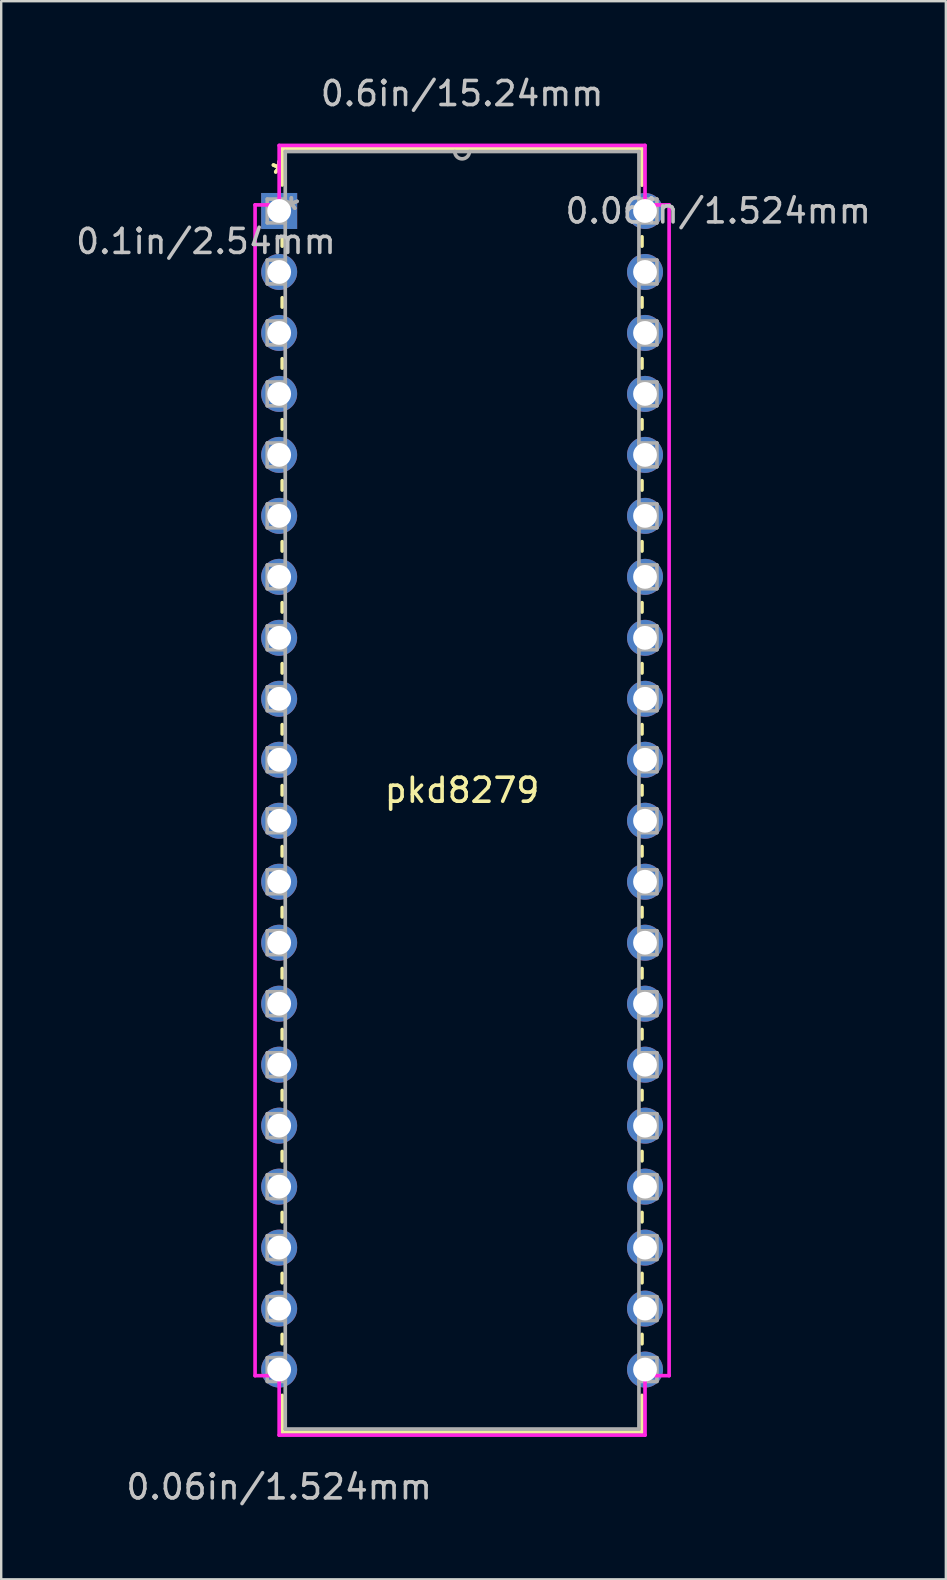
<source format=kicad_pcb>
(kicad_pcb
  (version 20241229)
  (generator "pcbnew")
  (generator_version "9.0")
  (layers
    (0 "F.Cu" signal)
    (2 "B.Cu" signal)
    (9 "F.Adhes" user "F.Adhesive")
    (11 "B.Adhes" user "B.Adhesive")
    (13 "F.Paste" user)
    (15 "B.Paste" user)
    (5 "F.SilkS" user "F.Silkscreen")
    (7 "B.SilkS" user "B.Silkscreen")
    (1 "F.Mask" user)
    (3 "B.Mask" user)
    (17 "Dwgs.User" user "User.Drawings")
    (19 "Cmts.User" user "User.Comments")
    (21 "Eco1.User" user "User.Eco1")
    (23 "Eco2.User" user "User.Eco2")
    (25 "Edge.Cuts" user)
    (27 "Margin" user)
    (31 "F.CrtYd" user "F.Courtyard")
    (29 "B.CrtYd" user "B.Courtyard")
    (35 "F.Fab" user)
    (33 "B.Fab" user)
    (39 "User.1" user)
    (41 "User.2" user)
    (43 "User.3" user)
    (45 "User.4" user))
  (footprint "pkd8279"
    (layer "F.Cu")
    (at 23.818 53.998)
    (property "Reference" "pkd8279" (at -7.62 -24.13 0) (layer "F.SilkS") (effects (font (size 1 1) (thickness 0.15))))
    (attr through_hole)
    (fp_line (start -15.113 -50.864) (end -15.113 -49.342) (stroke (width 0.152) (type solid)) (layer "F.SilkS"))
    (fp_line (start -15.113 -47.178) (end -15.113 -46.795) (stroke (width 0.152) (type solid)) (layer "F.SilkS"))
    (fp_line (start -15.113 -44.645) (end -15.113 -44.255) (stroke (width 0.152) (type solid)) (layer "F.SilkS"))
    (fp_line (start -15.113 -42.105) (end -15.113 -41.715) (stroke (width 0.152) (type solid)) (layer "F.SilkS"))
    (fp_line (start -15.113 -39.565) (end -15.113 -39.175) (stroke (width 0.152) (type solid)) (layer "F.SilkS"))
    (fp_line (start -15.113 -37.025) (end -15.113 -36.635) (stroke (width 0.152) (type solid)) (layer "F.SilkS"))
    (fp_line (start -15.113 -34.485) (end -15.113 -34.095) (stroke (width 0.152) (type solid)) (layer "F.SilkS"))
    (fp_line (start -15.113 -31.945) (end -15.113 -31.555) (stroke (width 0.152) (type solid)) (layer "F.SilkS"))
    (fp_line (start -15.113 -29.405) (end -15.113 -29.015) (stroke (width 0.152) (type solid)) (layer "F.SilkS"))
    (fp_line (start -15.113 -26.865) (end -15.113 -26.475) (stroke (width 0.152) (type solid)) (layer "F.SilkS"))
    (fp_line (start -15.113 -24.325) (end -15.113 -23.935) (stroke (width 0.152) (type solid)) (layer "F.SilkS"))
    (fp_line (start -15.113 -21.785) (end -15.113 -21.395) (stroke (width 0.152) (type solid)) (layer "F.SilkS"))
    (fp_line (start -15.113 -19.245) (end -15.113 -18.855) (stroke (width 0.152) (type solid)) (layer "F.SilkS"))
    (fp_line (start -15.113 -16.705) (end -15.113 -16.315) (stroke (width 0.152) (type solid)) (layer "F.SilkS"))
    (fp_line (start -15.113 -14.165) (end -15.113 -13.775) (stroke (width 0.152) (type solid)) (layer "F.SilkS"))
    (fp_line (start -15.113 -11.625) (end -15.113 -11.235) (stroke (width 0.152) (type solid)) (layer "F.SilkS"))
    (fp_line (start -15.113 -9.085) (end -15.113 -8.695) (stroke (width 0.152) (type solid)) (layer "F.SilkS"))
    (fp_line (start -15.113 -6.545) (end -15.113 -6.155) (stroke (width 0.152) (type solid)) (layer "F.SilkS"))
    (fp_line (start -15.113 -4.005) (end -15.113 -3.615) (stroke (width 0.152) (type solid)) (layer "F.SilkS"))
    (fp_line (start -15.113 -1.465) (end -15.113 -1.075) (stroke (width 0.152) (type solid)) (layer "F.SilkS"))
    (fp_line (start -15.113 1.075) (end -15.113 2.603) (stroke (width 0.152) (type solid)) (layer "F.SilkS"))
    (fp_line (start -15.113 2.603) (end -0.127 2.603) (stroke (width 0.152) (type solid)) (layer "F.SilkS"))
    (fp_line (start -0.127 -50.864) (end -15.113 -50.864) (stroke (width 0.152) (type solid)) (layer "F.SilkS"))
    (fp_line (start -0.127 -49.335) (end -0.127 -50.864) (stroke (width 0.152) (type solid)) (layer "F.SilkS"))
    (fp_line (start -0.127 -46.795) (end -0.127 -47.185) (stroke (width 0.152) (type solid)) (layer "F.SilkS"))
    (fp_line (start -0.127 -44.255) (end -0.127 -44.645) (stroke (width 0.152) (type solid)) (layer "F.SilkS"))
    (fp_line (start -0.127 -41.715) (end -0.127 -42.105) (stroke (width 0.152) (type solid)) (layer "F.SilkS"))
    (fp_line (start -0.127 -39.175) (end -0.127 -39.565) (stroke (width 0.152) (type solid)) (layer "F.SilkS"))
    (fp_line (start -0.127 -36.635) (end -0.127 -37.025) (stroke (width 0.152) (type solid)) (layer "F.SilkS"))
    (fp_line (start -0.127 -34.095) (end -0.127 -34.485) (stroke (width 0.152) (type solid)) (layer "F.SilkS"))
    (fp_line (start -0.127 -31.555) (end -0.127 -31.945) (stroke (width 0.152) (type solid)) (layer "F.SilkS"))
    (fp_line (start -0.127 -29.015) (end -0.127 -29.405) (stroke (width 0.152) (type solid)) (layer "F.SilkS"))
    (fp_line (start -0.127 -26.475) (end -0.127 -26.865) (stroke (width 0.152) (type solid)) (layer "F.SilkS"))
    (fp_line (start -0.127 -23.935) (end -0.127 -24.325) (stroke (width 0.152) (type solid)) (layer "F.SilkS"))
    (fp_line (start -0.127 -21.395) (end -0.127 -21.785) (stroke (width 0.152) (type solid)) (layer "F.SilkS"))
    (fp_line (start -0.127 -18.855) (end -0.127 -19.245) (stroke (width 0.152) (type solid)) (layer "F.SilkS"))
    (fp_line (start -0.127 -16.315) (end -0.127 -16.705) (stroke (width 0.152) (type solid)) (layer "F.SilkS"))
    (fp_line (start -0.127 -13.775) (end -0.127 -14.165) (stroke (width 0.152) (type solid)) (layer "F.SilkS"))
    (fp_line (start -0.127 -11.235) (end -0.127 -11.625) (stroke (width 0.152) (type solid)) (layer "F.SilkS"))
    (fp_line (start -0.127 -8.695) (end -0.127 -9.085) (stroke (width 0.152) (type solid)) (layer "F.SilkS"))
    (fp_line (start -0.127 -6.155) (end -0.127 -6.545) (stroke (width 0.152) (type solid)) (layer "F.SilkS"))
    (fp_line (start -0.127 -3.615) (end -0.127 -4.005) (stroke (width 0.152) (type solid)) (layer "F.SilkS"))
    (fp_line (start -0.127 -1.075) (end -0.127 -1.465) (stroke (width 0.152) (type solid)) (layer "F.SilkS"))
    (fp_line (start -0.127 2.603) (end -0.127 1.075) (stroke (width 0.152) (type solid)) (layer "F.SilkS"))
    (fp_line (start -16.243 -48.514) (end -16.243 0.254) (stroke (width 0.152) (type solid)) (layer "F.CrtYd"))
    (fp_line (start -16.243 0.254) (end -15.24 0.254) (stroke (width 0.152) (type solid)) (layer "F.CrtYd"))
    (fp_line (start -15.24 -50.99) (end -15.24 -48.514) (stroke (width 0.152) (type solid)) (layer "F.CrtYd"))
    (fp_line (start -15.24 -48.514) (end -16.243 -48.514) (stroke (width 0.152) (type solid)) (layer "F.CrtYd"))
    (fp_line (start -15.24 0.254) (end -15.24 2.731) (stroke (width 0.152) (type solid)) (layer "F.CrtYd"))
    (fp_line (start -15.24 2.731) (end 0 2.731) (stroke (width 0.152) (type solid)) (layer "F.CrtYd"))
    (fp_line (start 0 -50.99) (end -15.24 -50.99) (stroke (width 0.152) (type solid)) (layer "F.CrtYd"))
    (fp_line (start 0 -48.514) (end 0 -50.99) (stroke (width 0.152) (type solid)) (layer "F.CrtYd"))
    (fp_line (start 0 0.254) (end 1.003 0.254) (stroke (width 0.152) (type solid)) (layer "F.CrtYd"))
    (fp_line (start 0 2.731) (end 0 0.254) (stroke (width 0.152) (type solid)) (layer "F.CrtYd"))
    (fp_line (start 1.003 -48.514) (end 0 -48.514) (stroke (width 0.152) (type solid)) (layer "F.CrtYd"))
    (fp_line (start 1.003 0.254) (end 1.003 -48.514) (stroke (width 0.152) (type solid)) (layer "F.CrtYd"))
    (fp_line (start -15.735 -48.755) (end -15.735 -47.765) (stroke (width 0.152) (type solid)) (layer "F.Fab"))
    (fp_line (start -15.735 -47.765) (end -14.986 -47.765) (stroke (width 0.152) (type solid)) (layer "F.Fab"))
    (fp_line (start -15.735 -46.215) (end -15.735 -45.225) (stroke (width 0.152) (type solid)) (layer "F.Fab"))
    (fp_line (start -15.735 -45.225) (end -14.986 -45.225) (stroke (width 0.152) (type solid)) (layer "F.Fab"))
    (fp_line (start -15.735 -43.675) (end -15.735 -42.685) (stroke (width 0.152) (type solid)) (layer "F.Fab"))
    (fp_line (start -15.735 -42.685) (end -14.986 -42.685) (stroke (width 0.152) (type solid)) (layer "F.Fab"))
    (fp_line (start -15.735 -41.135) (end -15.735 -40.145) (stroke (width 0.152) (type solid)) (layer "F.Fab"))
    (fp_line (start -15.735 -40.145) (end -14.986 -40.145) (stroke (width 0.152) (type solid)) (layer "F.Fab"))
    (fp_line (start -15.735 -38.595) (end -15.735 -37.605) (stroke (width 0.152) (type solid)) (layer "F.Fab"))
    (fp_line (start -15.735 -37.605) (end -14.986 -37.605) (stroke (width 0.152) (type solid)) (layer "F.Fab"))
    (fp_line (start -15.735 -36.055) (end -15.735 -35.065) (stroke (width 0.152) (type solid)) (layer "F.Fab"))
    (fp_line (start -15.735 -35.065) (end -14.986 -35.065) (stroke (width 0.152) (type solid)) (layer "F.Fab"))
    (fp_line (start -15.735 -33.515) (end -15.735 -32.525) (stroke (width 0.152) (type solid)) (layer "F.Fab"))
    (fp_line (start -15.735 -32.525) (end -14.986 -32.525) (stroke (width 0.152) (type solid)) (layer "F.Fab"))
    (fp_line (start -15.735 -30.975) (end -15.735 -29.985) (stroke (width 0.152) (type solid)) (layer "F.Fab"))
    (fp_line (start -15.735 -29.985) (end -14.986 -29.985) (stroke (width 0.152) (type solid)) (layer "F.Fab"))
    (fp_line (start -15.735 -28.435) (end -15.735 -27.445) (stroke (width 0.152) (type solid)) (layer "F.Fab"))
    (fp_line (start -15.735 -27.445) (end -14.986 -27.445) (stroke (width 0.152) (type solid)) (layer "F.Fab"))
    (fp_line (start -15.735 -25.895) (end -15.735 -24.905) (stroke (width 0.152) (type solid)) (layer "F.Fab"))
    (fp_line (start -15.735 -24.905) (end -14.986 -24.905) (stroke (width 0.152) (type solid)) (layer "F.Fab"))
    (fp_line (start -15.735 -23.355) (end -15.735 -22.365) (stroke (width 0.152) (type solid)) (layer "F.Fab"))
    (fp_line (start -15.735 -22.365) (end -14.986 -22.365) (stroke (width 0.152) (type solid)) (layer "F.Fab"))
    (fp_line (start -15.735 -20.815) (end -15.735 -19.825) (stroke (width 0.152) (type solid)) (layer "F.Fab"))
    (fp_line (start -15.735 -19.825) (end -14.986 -19.825) (stroke (width 0.152) (type solid)) (layer "F.Fab"))
    (fp_line (start -15.735 -18.275) (end -15.735 -17.285) (stroke (width 0.152) (type solid)) (layer "F.Fab"))
    (fp_line (start -15.735 -17.285) (end -14.986 -17.285) (stroke (width 0.152) (type solid)) (layer "F.Fab"))
    (fp_line (start -15.735 -15.735) (end -15.735 -14.745) (stroke (width 0.152) (type solid)) (layer "F.Fab"))
    (fp_line (start -15.735 -14.745) (end -14.986 -14.745) (stroke (width 0.152) (type solid)) (layer "F.Fab"))
    (fp_line (start -15.735 -13.195) (end -15.735 -12.205) (stroke (width 0.152) (type solid)) (layer "F.Fab"))
    (fp_line (start -15.735 -12.205) (end -14.986 -12.205) (stroke (width 0.152) (type solid)) (layer "F.Fab"))
    (fp_line (start -15.735 -10.655) (end -15.735 -9.665) (stroke (width 0.152) (type solid)) (layer "F.Fab"))
    (fp_line (start -15.735 -9.665) (end -14.986 -9.665) (stroke (width 0.152) (type solid)) (layer "F.Fab"))
    (fp_line (start -15.735 -8.115) (end -15.735 -7.125) (stroke (width 0.152) (type solid)) (layer "F.Fab"))
    (fp_line (start -15.735 -7.125) (end -14.986 -7.125) (stroke (width 0.152) (type solid)) (layer "F.Fab"))
    (fp_line (start -15.735 -5.575) (end -15.735 -4.585) (stroke (width 0.152) (type solid)) (layer "F.Fab"))
    (fp_line (start -15.735 -4.585) (end -14.986 -4.585) (stroke (width 0.152) (type solid)) (layer "F.Fab"))
    (fp_line (start -15.735 -3.035) (end -15.735 -2.045) (stroke (width 0.152) (type solid)) (layer "F.Fab"))
    (fp_line (start -15.735 -2.045) (end -14.986 -2.045) (stroke (width 0.152) (type solid)) (layer "F.Fab"))
    (fp_line (start -15.735 -0.495) (end -15.735 0.495) (stroke (width 0.152) (type solid)) (layer "F.Fab"))
    (fp_line (start -15.735 0.495) (end -14.986 0.495) (stroke (width 0.152) (type solid)) (layer "F.Fab"))
    (fp_line (start -14.986 -50.736) (end -14.986 2.477) (stroke (width 0.152) (type solid)) (layer "F.Fab"))
    (fp_line (start -14.986 -48.755) (end -15.735 -48.755) (stroke (width 0.152) (type solid)) (layer "F.Fab"))
    (fp_line (start -14.986 -47.765) (end -14.986 -48.755) (stroke (width 0.152) (type solid)) (layer "F.Fab"))
    (fp_line (start -14.986 -46.215) (end -15.735 -46.215) (stroke (width 0.152) (type solid)) (layer "F.Fab"))
    (fp_line (start -14.986 -45.225) (end -14.986 -46.215) (stroke (width 0.152) (type solid)) (layer "F.Fab"))
    (fp_line (start -14.986 -43.675) (end -15.735 -43.675) (stroke (width 0.152) (type solid)) (layer "F.Fab"))
    (fp_line (start -14.986 -42.685) (end -14.986 -43.675) (stroke (width 0.152) (type solid)) (layer "F.Fab"))
    (fp_line (start -14.986 -41.135) (end -15.735 -41.135) (stroke (width 0.152) (type solid)) (layer "F.Fab"))
    (fp_line (start -14.986 -40.145) (end -14.986 -41.135) (stroke (width 0.152) (type solid)) (layer "F.Fab"))
    (fp_line (start -14.986 -38.595) (end -15.735 -38.595) (stroke (width 0.152) (type solid)) (layer "F.Fab"))
    (fp_line (start -14.986 -37.605) (end -14.986 -38.595) (stroke (width 0.152) (type solid)) (layer "F.Fab"))
    (fp_line (start -14.986 -36.055) (end -15.735 -36.055) (stroke (width 0.152) (type solid)) (layer "F.Fab"))
    (fp_line (start -14.986 -35.065) (end -14.986 -36.055) (stroke (width 0.152) (type solid)) (layer "F.Fab"))
    (fp_line (start -14.986 -33.515) (end -15.735 -33.515) (stroke (width 0.152) (type solid)) (layer "F.Fab"))
    (fp_line (start -14.986 -32.525) (end -14.986 -33.515) (stroke (width 0.152) (type solid)) (layer "F.Fab"))
    (fp_line (start -14.986 -30.975) (end -15.735 -30.975) (stroke (width 0.152) (type solid)) (layer "F.Fab"))
    (fp_line (start -14.986 -29.985) (end -14.986 -30.975) (stroke (width 0.152) (type solid)) (layer "F.Fab"))
    (fp_line (start -14.986 -28.435) (end -15.735 -28.435) (stroke (width 0.152) (type solid)) (layer "F.Fab"))
    (fp_line (start -14.986 -27.445) (end -14.986 -28.435) (stroke (width 0.152) (type solid)) (layer "F.Fab"))
    (fp_line (start -14.986 -25.895) (end -15.735 -25.895) (stroke (width 0.152) (type solid)) (layer "F.Fab"))
    (fp_line (start -14.986 -24.905) (end -14.986 -25.895) (stroke (width 0.152) (type solid)) (layer "F.Fab"))
    (fp_line (start -14.986 -23.355) (end -15.735 -23.355) (stroke (width 0.152) (type solid)) (layer "F.Fab"))
    (fp_line (start -14.986 -22.365) (end -14.986 -23.355) (stroke (width 0.152) (type solid)) (layer "F.Fab"))
    (fp_line (start -14.986 -20.815) (end -15.735 -20.815) (stroke (width 0.152) (type solid)) (layer "F.Fab"))
    (fp_line (start -14.986 -19.825) (end -14.986 -20.815) (stroke (width 0.152) (type solid)) (layer "F.Fab"))
    (fp_line (start -14.986 -18.275) (end -15.735 -18.275) (stroke (width 0.152) (type solid)) (layer "F.Fab"))
    (fp_line (start -14.986 -17.285) (end -14.986 -18.275) (stroke (width 0.152) (type solid)) (layer "F.Fab"))
    (fp_line (start -14.986 -15.735) (end -15.735 -15.735) (stroke (width 0.152) (type solid)) (layer "F.Fab"))
    (fp_line (start -14.986 -14.745) (end -14.986 -15.735) (stroke (width 0.152) (type solid)) (layer "F.Fab"))
    (fp_line (start -14.986 -13.195) (end -15.735 -13.195) (stroke (width 0.152) (type solid)) (layer "F.Fab"))
    (fp_line (start -14.986 -12.205) (end -14.986 -13.195) (stroke (width 0.152) (type solid)) (layer "F.Fab"))
    (fp_line (start -14.986 -10.655) (end -15.735 -10.655) (stroke (width 0.152) (type solid)) (layer "F.Fab"))
    (fp_line (start -14.986 -9.665) (end -14.986 -10.655) (stroke (width 0.152) (type solid)) (layer "F.Fab"))
    (fp_line (start -14.986 -8.115) (end -15.735 -8.115) (stroke (width 0.152) (type solid)) (layer "F.Fab"))
    (fp_line (start -14.986 -7.125) (end -14.986 -8.115) (stroke (width 0.152) (type solid)) (layer "F.Fab"))
    (fp_line (start -14.986 -5.575) (end -15.735 -5.575) (stroke (width 0.152) (type solid)) (layer "F.Fab"))
    (fp_line (start -14.986 -4.585) (end -14.986 -5.575) (stroke (width 0.152) (type solid)) (layer "F.Fab"))
    (fp_line (start -14.986 -3.035) (end -15.735 -3.035) (stroke (width 0.152) (type solid)) (layer "F.Fab"))
    (fp_line (start -14.986 -2.045) (end -14.986 -3.035) (stroke (width 0.152) (type solid)) (layer "F.Fab"))
    (fp_line (start -14.986 -0.495) (end -15.735 -0.495) (stroke (width 0.152) (type solid)) (layer "F.Fab"))
    (fp_line (start -14.986 0.495) (end -14.986 -0.495) (stroke (width 0.152) (type solid)) (layer "F.Fab"))
    (fp_line (start -14.986 2.477) (end -0.254 2.477) (stroke (width 0.152) (type solid)) (layer "F.Fab"))
    (fp_line (start -0.254 -50.736) (end -14.986 -50.736) (stroke (width 0.152) (type solid)) (layer "F.Fab"))
    (fp_line (start -0.254 -48.755) (end -0.254 -47.765) (stroke (width 0.152) (type solid)) (layer "F.Fab"))
    (fp_line (start -0.254 -47.765) (end 0.495 -47.765) (stroke (width 0.152) (type solid)) (layer "F.Fab"))
    (fp_line (start -0.254 -46.215) (end -0.254 -45.225) (stroke (width 0.152) (type solid)) (layer "F.Fab"))
    (fp_line (start -0.254 -45.225) (end 0.495 -45.225) (stroke (width 0.152) (type solid)) (layer "F.Fab"))
    (fp_line (start -0.254 -43.675) (end -0.254 -42.685) (stroke (width 0.152) (type solid)) (layer "F.Fab"))
    (fp_line (start -0.254 -42.685) (end 0.495 -42.685) (stroke (width 0.152) (type solid)) (layer "F.Fab"))
    (fp_line (start -0.254 -41.135) (end -0.254 -40.145) (stroke (width 0.152) (type solid)) (layer "F.Fab"))
    (fp_line (start -0.254 -40.145) (end 0.495 -40.145) (stroke (width 0.152) (type solid)) (layer "F.Fab"))
    (fp_line (start -0.254 -38.595) (end -0.254 -37.605) (stroke (width 0.152) (type solid)) (layer "F.Fab"))
    (fp_line (start -0.254 -37.605) (end 0.495 -37.605) (stroke (width 0.152) (type solid)) (layer "F.Fab"))
    (fp_line (start -0.254 -36.055) (end -0.254 -35.065) (stroke (width 0.152) (type solid)) (layer "F.Fab"))
    (fp_line (start -0.254 -35.065) (end 0.495 -35.065) (stroke (width 0.152) (type solid)) (layer "F.Fab"))
    (fp_line (start -0.254 -33.515) (end -0.254 -32.525) (stroke (width 0.152) (type solid)) (layer "F.Fab"))
    (fp_line (start -0.254 -32.525) (end 0.495 -32.525) (stroke (width 0.152) (type solid)) (layer "F.Fab"))
    (fp_line (start -0.254 -30.975) (end -0.254 -29.985) (stroke (width 0.152) (type solid)) (layer "F.Fab"))
    (fp_line (start -0.254 -29.985) (end 0.495 -29.985) (stroke (width 0.152) (type solid)) (layer "F.Fab"))
    (fp_line (start -0.254 -28.435) (end -0.254 -27.445) (stroke (width 0.152) (type solid)) (layer "F.Fab"))
    (fp_line (start -0.254 -27.445) (end 0.495 -27.445) (stroke (width 0.152) (type solid)) (layer "F.Fab"))
    (fp_line (start -0.254 -25.895) (end -0.254 -24.905) (stroke (width 0.152) (type solid)) (layer "F.Fab"))
    (fp_line (start -0.254 -24.905) (end 0.495 -24.905) (stroke (width 0.152) (type solid)) (layer "F.Fab"))
    (fp_line (start -0.254 -23.355) (end -0.254 -22.365) (stroke (width 0.152) (type solid)) (layer "F.Fab"))
    (fp_line (start -0.254 -22.365) (end 0.495 -22.365) (stroke (width 0.152) (type solid)) (layer "F.Fab"))
    (fp_line (start -0.254 -20.815) (end -0.254 -19.825) (stroke (width 0.152) (type solid)) (layer "F.Fab"))
    (fp_line (start -0.254 -19.825) (end 0.495 -19.825) (stroke (width 0.152) (type solid)) (layer "F.Fab"))
    (fp_line (start -0.254 -18.275) (end -0.254 -17.285) (stroke (width 0.152) (type solid)) (layer "F.Fab"))
    (fp_line (start -0.254 -17.285) (end 0.495 -17.285) (stroke (width 0.152) (type solid)) (layer "F.Fab"))
    (fp_line (start -0.254 -15.735) (end -0.254 -14.745) (stroke (width 0.152) (type solid)) (layer "F.Fab"))
    (fp_line (start -0.254 -14.745) (end 0.495 -14.745) (stroke (width 0.152) (type solid)) (layer "F.Fab"))
    (fp_line (start -0.254 -13.195) (end -0.254 -12.205) (stroke (width 0.152) (type solid)) (layer "F.Fab"))
    (fp_line (start -0.254 -12.205) (end 0.495 -12.205) (stroke (width 0.152) (type solid)) (layer "F.Fab"))
    (fp_line (start -0.254 -10.655) (end -0.254 -9.665) (stroke (width 0.152) (type solid)) (layer "F.Fab"))
    (fp_line (start -0.254 -9.665) (end 0.495 -9.665) (stroke (width 0.152) (type solid)) (layer "F.Fab"))
    (fp_line (start -0.254 -8.115) (end -0.254 -7.125) (stroke (width 0.152) (type solid)) (layer "F.Fab"))
    (fp_line (start -0.254 -7.125) (end 0.495 -7.125) (stroke (width 0.152) (type solid)) (layer "F.Fab"))
    (fp_line (start -0.254 -5.575) (end -0.254 -4.585) (stroke (width 0.152) (type solid)) (layer "F.Fab"))
    (fp_line (start -0.254 -4.585) (end 0.495 -4.585) (stroke (width 0.152) (type solid)) (layer "F.Fab"))
    (fp_line (start -0.254 -3.035) (end -0.254 -2.045) (stroke (width 0.152) (type solid)) (layer "F.Fab"))
    (fp_line (start -0.254 -2.045) (end 0.495 -2.045) (stroke (width 0.152) (type solid)) (layer "F.Fab"))
    (fp_line (start -0.254 -0.495) (end -0.254 0.495) (stroke (width 0.152) (type solid)) (layer "F.Fab"))
    (fp_line (start -0.254 0.495) (end 0.495 0.495) (stroke (width 0.152) (type solid)) (layer "F.Fab"))
    (fp_line (start -0.254 2.477) (end -0.254 -50.736) (stroke (width 0.152) (type solid)) (layer "F.Fab"))
    (fp_line (start 0.495 -48.755) (end -0.254 -48.755) (stroke (width 0.152) (type solid)) (layer "F.Fab"))
    (fp_line (start 0.495 -47.765) (end 0.495 -48.755) (stroke (width 0.152) (type solid)) (layer "F.Fab"))
    (fp_line (start 0.495 -46.215) (end -0.254 -46.215) (stroke (width 0.152) (type solid)) (layer "F.Fab"))
    (fp_line (start 0.495 -45.225) (end 0.495 -46.215) (stroke (width 0.152) (type solid)) (layer "F.Fab"))
    (fp_line (start 0.495 -43.675) (end -0.254 -43.675) (stroke (width 0.152) (type solid)) (layer "F.Fab"))
    (fp_line (start 0.495 -42.685) (end 0.495 -43.675) (stroke (width 0.152) (type solid)) (layer "F.Fab"))
    (fp_line (start 0.495 -41.135) (end -0.254 -41.135) (stroke (width 0.152) (type solid)) (layer "F.Fab"))
    (fp_line (start 0.495 -40.145) (end 0.495 -41.135) (stroke (width 0.152) (type solid)) (layer "F.Fab"))
    (fp_line (start 0.495 -38.595) (end -0.254 -38.595) (stroke (width 0.152) (type solid)) (layer "F.Fab"))
    (fp_line (start 0.495 -37.605) (end 0.495 -38.595) (stroke (width 0.152) (type solid)) (layer "F.Fab"))
    (fp_line (start 0.495 -36.055) (end -0.254 -36.055) (stroke (width 0.152) (type solid)) (layer "F.Fab"))
    (fp_line (start 0.495 -35.065) (end 0.495 -36.055) (stroke (width 0.152) (type solid)) (layer "F.Fab"))
    (fp_line (start 0.495 -33.515) (end -0.254 -33.515) (stroke (width 0.152) (type solid)) (layer "F.Fab"))
    (fp_line (start 0.495 -32.525) (end 0.495 -33.515) (stroke (width 0.152) (type solid)) (layer "F.Fab"))
    (fp_line (start 0.495 -30.975) (end -0.254 -30.975) (stroke (width 0.152) (type solid)) (layer "F.Fab"))
    (fp_line (start 0.495 -29.985) (end 0.495 -30.975) (stroke (width 0.152) (type solid)) (layer "F.Fab"))
    (fp_line (start 0.495 -28.435) (end -0.254 -28.435) (stroke (width 0.152) (type solid)) (layer "F.Fab"))
    (fp_line (start 0.495 -27.445) (end 0.495 -28.435) (stroke (width 0.152) (type solid)) (layer "F.Fab"))
    (fp_line (start 0.495 -25.895) (end -0.254 -25.895) (stroke (width 0.152) (type solid)) (layer "F.Fab"))
    (fp_line (start 0.495 -24.905) (end 0.495 -25.895) (stroke (width 0.152) (type solid)) (layer "F.Fab"))
    (fp_line (start 0.495 -23.355) (end -0.254 -23.355) (stroke (width 0.152) (type solid)) (layer "F.Fab"))
    (fp_line (start 0.495 -22.365) (end 0.495 -23.355) (stroke (width 0.152) (type solid)) (layer "F.Fab"))
    (fp_line (start 0.495 -20.815) (end -0.254 -20.815) (stroke (width 0.152) (type solid)) (layer "F.Fab"))
    (fp_line (start 0.495 -19.825) (end 0.495 -20.815) (stroke (width 0.152) (type solid)) (layer "F.Fab"))
    (fp_line (start 0.495 -18.275) (end -0.254 -18.275) (stroke (width 0.152) (type solid)) (layer "F.Fab"))
    (fp_line (start 0.495 -17.285) (end 0.495 -18.275) (stroke (width 0.152) (type solid)) (layer "F.Fab"))
    (fp_line (start 0.495 -15.735) (end -0.254 -15.735) (stroke (width 0.152) (type solid)) (layer "F.Fab"))
    (fp_line (start 0.495 -14.745) (end 0.495 -15.735) (stroke (width 0.152) (type solid)) (layer "F.Fab"))
    (fp_line (start 0.495 -13.195) (end -0.254 -13.195) (stroke (width 0.152) (type solid)) (layer "F.Fab"))
    (fp_line (start 0.495 -12.205) (end 0.495 -13.195) (stroke (width 0.152) (type solid)) (layer "F.Fab"))
    (fp_line (start 0.495 -10.655) (end -0.254 -10.655) (stroke (width 0.152) (type solid)) (layer "F.Fab"))
    (fp_line (start 0.495 -9.665) (end 0.495 -10.655) (stroke (width 0.152) (type solid)) (layer "F.Fab"))
    (fp_line (start 0.495 -8.115) (end -0.254 -8.115) (stroke (width 0.152) (type solid)) (layer "F.Fab"))
    (fp_line (start 0.495 -7.125) (end 0.495 -8.115) (stroke (width 0.152) (type solid)) (layer "F.Fab"))
    (fp_line (start 0.495 -5.575) (end -0.254 -5.575) (stroke (width 0.152) (type solid)) (layer "F.Fab"))
    (fp_line (start 0.495 -4.585) (end 0.495 -5.575) (stroke (width 0.152) (type solid)) (layer "F.Fab"))
    (fp_line (start 0.495 -3.035) (end -0.254 -3.035) (stroke (width 0.152) (type solid)) (layer "F.Fab"))
    (fp_line (start 0.495 -2.045) (end 0.495 -3.035) (stroke (width 0.152) (type solid)) (layer "F.Fab"))
    (fp_line (start 0.495 -0.495) (end -0.254 -0.495) (stroke (width 0.152) (type solid)) (layer "F.Fab"))
    (fp_line (start 0.495 0.495) (end 0.495 -0.495) (stroke (width 0.152) (type solid)) (layer "F.Fab"))
    (fp_arc (start -7.3152 -50.7365) (mid -7.62 -50.4317) (end -7.9248 -50.7365) (stroke (width 0.1524) (type solid)) (layer "F.Fab"))
    (fp_text user "*" (at -15.24 -49.771 0) (layer "F.SilkS") (effects (font (size 1 1) (thickness 0.15))))
    (fp_text user "*" (at -15.24 -49.771 0) (layer "F.SilkS") (effects (font (size 1 1) (thickness 0.15))))
    (fp_text user "0.06in/1.524mm" (at -15.24 4.889 0) (layer "Dwgs.User") (effects (font (size 1 1) (thickness 0.15))))
    (fp_text user "0.6in/15.24mm" (at -7.62 -53.15 0) (layer "Dwgs.User") (effects (font (size 1 1) (thickness 0.15))))
    (fp_text user "0.1in/2.54mm" (at -18.288 -46.99 0) (layer "Dwgs.User") (effects (font (size 1 1) (thickness 0.15))))
    (fp_text user "0.06in/1.524mm" (at 3.048 -48.26 0) (layer "Dwgs.User") (effects (font (size 1 1) (thickness 0.15))))
    (fp_text user "Copyright 2016 Accelerated Designs. All rights reserved." (at 0 0 0) (layer "Cmts.User") (effects (font (size 0.127 0.127) (thickness 0.002))))
    (fp_text user "*" (at -14.732 -48.26 0) (layer "F.Fab") (effects (font (size 1 1) (thickness 0.15))))
    (fp_text user "*" (at -14.732 -48.26 0) (layer "F.Fab") (effects (font (size 1 1) (thickness 0.15))))
    (pad "1" thru_hole rect (at -15.24 -48.26) (size 1.499 1.499) (drill 0.991) (layers "*.Cu" "*.Mask"))
    (pad "2" thru_hole circle (at -15.24 -45.72) (size 1.499 1.499) (drill 0.991) (layers "*.Cu" "*.Mask"))
    (pad "3" thru_hole circle (at -15.24 -43.18) (size 1.499 1.499) (drill 0.991) (layers "*.Cu" "*.Mask"))
    (pad "4" thru_hole circle (at -15.24 -40.64) (size 1.499 1.499) (drill 0.991) (layers "*.Cu" "*.Mask"))
    (pad "5" thru_hole circle (at -15.24 -38.1) (size 1.499 1.499) (drill 0.991) (layers "*.Cu" "*.Mask"))
    (pad "6" thru_hole circle (at -15.24 -35.56) (size 1.499 1.499) (drill 0.991) (layers "*.Cu" "*.Mask"))
    (pad "7" thru_hole circle (at -15.24 -33.02) (size 1.499 1.499) (drill 0.991) (layers "*.Cu" "*.Mask"))
    (pad "8" thru_hole circle (at -15.24 -30.48) (size 1.499 1.499) (drill 0.991) (layers "*.Cu" "*.Mask"))
    (pad "9" thru_hole circle (at -15.24 -27.94) (size 1.499 1.499) (drill 0.991) (layers "*.Cu" "*.Mask"))
    (pad "10" thru_hole circle (at -15.24 -25.4) (size 1.499 1.499) (drill 0.991) (layers "*.Cu" "*.Mask"))
    (pad "11" thru_hole circle (at -15.24 -22.86) (size 1.499 1.499) (drill 0.991) (layers "*.Cu" "*.Mask"))
    (pad "12" thru_hole circle (at -15.24 -20.32) (size 1.499 1.499) (drill 0.991) (layers "*.Cu" "*.Mask"))
    (pad "13" thru_hole circle (at -15.24 -17.78) (size 1.499 1.499) (drill 0.991) (layers "*.Cu" "*.Mask"))
    (pad "14" thru_hole circle (at -15.24 -15.24) (size 1.499 1.499) (drill 0.991) (layers "*.Cu" "*.Mask"))
    (pad "15" thru_hole circle (at -15.24 -12.7) (size 1.499 1.499) (drill 0.991) (layers "*.Cu" "*.Mask"))
    (pad "16" thru_hole circle (at -15.24 -10.16) (size 1.499 1.499) (drill 0.991) (layers "*.Cu" "*.Mask"))
    (pad "17" thru_hole circle (at -15.24 -7.62) (size 1.499 1.499) (drill 0.991) (layers "*.Cu" "*.Mask"))
    (pad "18" thru_hole circle (at -15.24 -5.08) (size 1.499 1.499) (drill 0.991) (layers "*.Cu" "*.Mask"))
    (pad "19" thru_hole circle (at -15.24 -2.54) (size 1.499 1.499) (drill 0.991) (layers "*.Cu" "*.Mask"))
    (pad "20" thru_hole circle (at -15.24 0) (size 1.499 1.499) (drill 0.991) (layers "*.Cu" "*.Mask"))
    (pad "21" thru_hole circle (at 0 0) (size 1.499 1.499) (drill 0.991) (layers "*.Cu" "*.Mask"))
    (pad "22" thru_hole circle (at 0 -2.54) (size 1.499 1.499) (drill 0.991) (layers "*.Cu" "*.Mask"))
    (pad "23" thru_hole circle (at 0 -5.08) (size 1.499 1.499) (drill 0.991) (layers "*.Cu" "*.Mask"))
    (pad "24" thru_hole circle (at 0 -7.62) (size 1.499 1.499) (drill 0.991) (layers "*.Cu" "*.Mask"))
    (pad "25" thru_hole circle (at 0 -10.16) (size 1.499 1.499) (drill 0.991) (layers "*.Cu" "*.Mask"))
    (pad "26" thru_hole circle (at 0 -12.7) (size 1.499 1.499) (drill 0.991) (layers "*.Cu" "*.Mask"))
    (pad "27" thru_hole circle (at 0 -15.24) (size 1.499 1.499) (drill 0.991) (layers "*.Cu" "*.Mask"))
    (pad "28" thru_hole circle (at 0 -17.78) (size 1.499 1.499) (drill 0.991) (layers "*.Cu" "*.Mask"))
    (pad "29" thru_hole circle (at 0 -20.32) (size 1.499 1.499) (drill 0.991) (layers "*.Cu" "*.Mask"))
    (pad "30" thru_hole circle (at 0 -22.86) (size 1.499 1.499) (drill 0.991) (layers "*.Cu" "*.Mask"))
    (pad "31" thru_hole circle (at 0 -25.4) (size 1.499 1.499) (drill 0.991) (layers "*.Cu" "*.Mask"))
    (pad "32" thru_hole circle (at 0 -27.94) (size 1.499 1.499) (drill 0.991) (layers "*.Cu" "*.Mask"))
    (pad "33" thru_hole circle (at 0 -30.48) (size 1.499 1.499) (drill 0.991) (layers "*.Cu" "*.Mask"))
    (pad "34" thru_hole circle (at 0 -33.02) (size 1.499 1.499) (drill 0.991) (layers "*.Cu" "*.Mask"))
    (pad "35" thru_hole circle (at 0 -35.56) (size 1.499 1.499) (drill 0.991) (layers "*.Cu" "*.Mask"))
    (pad "36" thru_hole circle (at 0 -38.1) (size 1.499 1.499) (drill 0.991) (layers "*.Cu" "*.Mask"))
    (pad "37" thru_hole circle (at 0 -40.64) (size 1.499 1.499) (drill 0.991) (layers "*.Cu" "*.Mask"))
    (pad "38" thru_hole circle (at 0 -43.18) (size 1.499 1.499) (drill 0.991) (layers "*.Cu" "*.Mask"))
    (pad "39" thru_hole circle (at 0 -45.72) (size 1.499 1.499) (drill 0.991) (layers "*.Cu" "*.Mask"))
    (pad "40" thru_hole circle (at 0 -48.26) (size 1.499 1.499) (drill 0.991) (layers "*.Cu" "*.Mask")))
  (gr_rect
    (start -3 -3)
    (end 36.348 62.736)
    (stroke (width 0.1) (type default))
    (fill no)
    (layer "Edge.Cuts")))
</source>
